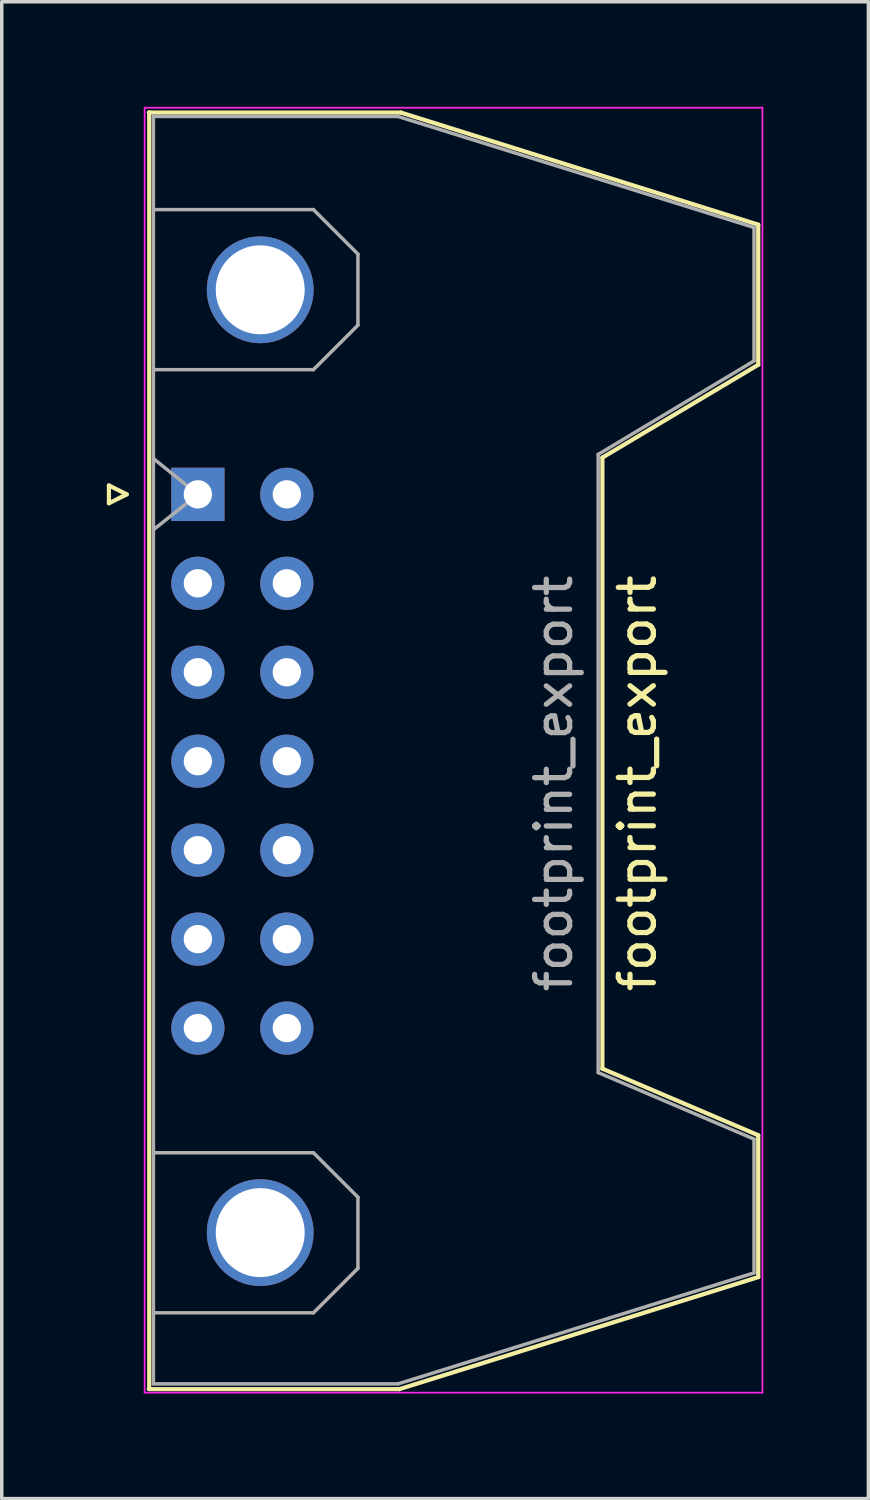
<source format=kicad_pcb>
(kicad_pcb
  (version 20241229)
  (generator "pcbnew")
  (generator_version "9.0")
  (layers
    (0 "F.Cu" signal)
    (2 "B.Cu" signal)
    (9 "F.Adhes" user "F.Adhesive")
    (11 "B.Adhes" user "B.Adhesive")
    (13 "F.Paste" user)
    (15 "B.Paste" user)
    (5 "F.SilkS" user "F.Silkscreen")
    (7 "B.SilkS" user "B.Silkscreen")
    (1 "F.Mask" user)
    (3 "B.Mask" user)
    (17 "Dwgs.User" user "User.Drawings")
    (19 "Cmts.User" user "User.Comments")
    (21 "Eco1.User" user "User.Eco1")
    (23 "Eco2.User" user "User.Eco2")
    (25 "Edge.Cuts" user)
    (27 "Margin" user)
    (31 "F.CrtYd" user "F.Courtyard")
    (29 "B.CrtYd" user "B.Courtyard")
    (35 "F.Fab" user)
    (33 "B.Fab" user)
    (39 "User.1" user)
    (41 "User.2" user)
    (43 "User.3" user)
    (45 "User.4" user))
  (footprint "footprint_export"
    (layer "F.Cu")
    (at 2.6 11.065)
    (property "Reference" "footprint_export" (at 12.55 8.25 90) (layer "F.SilkS") (effects (font (size 1 1) (thickness 0.15))))
    (attr through_hole)
    (fp_line (start -2.54 -0.254) (end -2.54 0.254) (stroke (width 0.12) (type solid)) (layer "F.SilkS"))
    (fp_line (start -2.54 0.254) (end -2.032 0) (stroke (width 0.12) (type solid)) (layer "F.SilkS"))
    (fp_line (start -2.032 0) (end -2.54 -0.254) (stroke (width 0.12) (type solid)) (layer "F.SilkS"))
    (fp_line (start -1.4 25.55) (end 5.75 25.55) (stroke (width 0.12) (type solid)) (layer "F.SilkS"))
    (fp_line (start -1.39 25.52) (end -1.39 -10.91) (stroke (width 0.12) (type solid)) (layer "F.SilkS"))
    (fp_line (start 5.75 25.55) (end 16 22.35) (stroke (width 0.12) (type solid)) (layer "F.SilkS"))
    (fp_line (start 5.8 -10.9) (end -1.4 -10.9) (stroke (width 0.12) (type solid)) (layer "F.SilkS"))
    (fp_line (start 11.55 -1.05) (end 16 -3.7) (stroke (width 0.12) (type solid)) (layer "F.SilkS"))
    (fp_line (start 11.55 16.4) (end 11.55 -1.05) (stroke (width 0.12) (type solid)) (layer "F.SilkS"))
    (fp_line (start 16 -7.7) (end 5.8 -10.9) (stroke (width 0.12) (type solid)) (layer "F.SilkS"))
    (fp_line (start 16 -3.7) (end 16 -7.7) (stroke (width 0.12) (type solid)) (layer "F.SilkS"))
    (fp_line (start 16 18.3) (end 11.55 16.4) (stroke (width 0.12) (type solid)) (layer "F.SilkS"))
    (fp_line (start 16 22.35) (end 16 18.3) (stroke (width 0.12) (type solid)) (layer "F.SilkS"))
    (fp_line (start -1.52 25.65) (end -1.52 -11.04) (stroke (width 0.05) (type solid)) (layer "F.CrtYd"))
    (fp_line (start -1.52 25.65) (end 16.12 25.65) (stroke (width 0.05) (type solid)) (layer "F.CrtYd"))
    (fp_line (start 16.12 -11.04) (end -1.52 -11.04) (stroke (width 0.05) (type solid)) (layer "F.CrtYd"))
    (fp_line (start 16.12 -11.04) (end 16.12 25.65) (stroke (width 0.05) (type solid)) (layer "F.CrtYd"))
    (fp_line (start -1.27 -10.79) (end 5.71 -10.79) (stroke (width 0.1) (type solid)) (layer "F.Fab"))
    (fp_line (start -1.27 -8.13) (end 3.3 -8.13) (stroke (width 0.1) (type solid)) (layer "F.Fab"))
    (fp_line (start -1.27 18.8) (end 3.3 18.8) (stroke (width 0.1) (type solid)) (layer "F.Fab"))
    (fp_line (start -1.27 25.4) (end -1.27 -10.79) (stroke (width 0.1) (type solid)) (layer "F.Fab"))
    (fp_line (start -1.27 25.4) (end 5.71 25.4) (stroke (width 0.1) (type solid)) (layer "F.Fab"))
    (fp_line (start -1.268 -1.02) (end 0 0) (stroke (width 0.1) (type solid)) (layer "F.Fab"))
    (fp_line (start 0 0) (end -1.268 1.01) (stroke (width 0.1) (type solid)) (layer "F.Fab"))
    (fp_line (start 3.3 -8.13) (end 4.57 -6.86) (stroke (width 0.1) (type solid)) (layer "F.Fab"))
    (fp_line (start 3.3 -3.56) (end -1.27 -3.56) (stroke (width 0.1) (type solid)) (layer "F.Fab"))
    (fp_line (start 3.3 18.8) (end 4.57 20.07) (stroke (width 0.1) (type solid)) (layer "F.Fab"))
    (fp_line (start 3.3 23.37) (end -1.27 23.37) (stroke (width 0.1) (type solid)) (layer "F.Fab"))
    (fp_line (start 4.57 -6.86) (end 4.57 -4.83) (stroke (width 0.1) (type solid)) (layer "F.Fab"))
    (fp_line (start 4.57 -4.83) (end 3.3 -3.56) (stroke (width 0.1) (type solid)) (layer "F.Fab"))
    (fp_line (start 4.57 20.07) (end 4.57 22.1) (stroke (width 0.1) (type solid)) (layer "F.Fab"))
    (fp_line (start 4.57 22.1) (end 3.3 23.37) (stroke (width 0.1) (type solid)) (layer "F.Fab"))
    (fp_line (start 5.71 -10.79) (end 15.88 -7.62) (stroke (width 0.1) (type solid)) (layer "F.Fab"))
    (fp_line (start 5.71 25.4) (end 15.88 22.23) (stroke (width 0.1) (type solid)) (layer "F.Fab"))
    (fp_line (start 11.43 16.51) (end 11.43 -1.14) (stroke (width 0.1) (type solid)) (layer "F.Fab"))
    (fp_line (start 15.88 -7.62) (end 15.88 -3.81) (stroke (width 0.1) (type solid)) (layer "F.Fab"))
    (fp_line (start 15.88 -3.81) (end 11.43 -1.14) (stroke (width 0.1) (type solid)) (layer "F.Fab"))
    (fp_line (start 15.88 18.41) (end 11.43 16.51) (stroke (width 0.1) (type solid)) (layer "F.Fab"))
    (fp_line (start 15.88 22.23) (end 15.88 18.41) (stroke (width 0.1) (type solid)) (layer "F.Fab"))
    (fp_text user "${REFERENCE}" (at 10.16 8.255 90) (layer "F.Fab") (effects (font (size 1 1) (thickness 0.15))))
    (pad "" thru_hole circle (at 1.78 -5.84 90) (size 3.05 3.05) (drill 2.54) (layers "*.Cu" "*.Mask"))
    (pad "" thru_hole circle (at 1.78 21.08 90) (size 3.05 3.05) (drill 2.54) (layers "*.Cu" "*.Mask"))
    (pad "1" thru_hole rect (at 0 0 90) (size 1.52 1.52) (drill 0.81) (layers "*.Cu" "*.Mask"))
    (pad "2" thru_hole circle (at 2.54 0 90) (size 1.52 1.52) (drill 0.81) (layers "*.Cu" "*.Mask"))
    (pad "3" thru_hole circle (at 0 2.54 90) (size 1.52 1.52) (drill 0.81) (layers "*.Cu" "*.Mask"))
    (pad "4" thru_hole circle (at 2.54 2.54 90) (size 1.52 1.52) (drill 0.81) (layers "*.Cu" "*.Mask"))
    (pad "5" thru_hole circle (at 0 5.08 90) (size 1.52 1.52) (drill 0.81) (layers "*.Cu" "*.Mask"))
    (pad "6" thru_hole circle (at 2.54 5.08 90) (size 1.52 1.52) (drill 0.81) (layers "*.Cu" "*.Mask"))
    (pad "7" thru_hole circle (at 0 7.62 90) (size 1.52 1.52) (drill 0.81) (layers "*.Cu" "*.Mask"))
    (pad "8" thru_hole circle (at 2.54 7.62 90) (size 1.52 1.52) (drill 0.81) (layers "*.Cu" "*.Mask"))
    (pad "9" thru_hole circle (at 0 10.16 90) (size 1.52 1.52) (drill 0.81) (layers "*.Cu" "*.Mask"))
    (pad "10" thru_hole circle (at 2.54 10.16 90) (size 1.52 1.52) (drill 0.81) (layers "*.Cu" "*.Mask"))
    (pad "11" thru_hole circle (at 0 12.7 90) (size 1.52 1.52) (drill 0.81) (layers "*.Cu" "*.Mask"))
    (pad "12" thru_hole circle (at 2.54 12.7 90) (size 1.52 1.52) (drill 0.81) (layers "*.Cu" "*.Mask"))
    (pad "13" thru_hole circle (at 0 15.24 90) (size 1.52 1.52) (drill 0.81) (layers "*.Cu" "*.Mask"))
    (pad "14" thru_hole circle (at 2.54 15.24 90) (size 1.52 1.52) (drill 0.81) (layers "*.Cu" "*.Mask")))
  (gr_rect
    (start -3 -3)
    (end 21.745 39.74)
    (stroke (width 0.1) (type default))
    (fill no)
    (layer "Edge.Cuts")))
</source>
